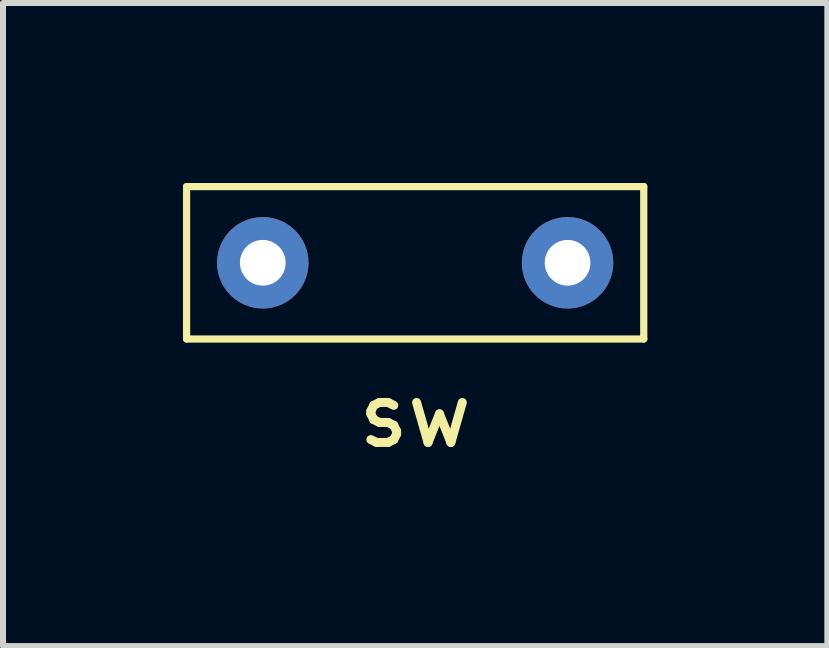
<source format=kicad_pcb>
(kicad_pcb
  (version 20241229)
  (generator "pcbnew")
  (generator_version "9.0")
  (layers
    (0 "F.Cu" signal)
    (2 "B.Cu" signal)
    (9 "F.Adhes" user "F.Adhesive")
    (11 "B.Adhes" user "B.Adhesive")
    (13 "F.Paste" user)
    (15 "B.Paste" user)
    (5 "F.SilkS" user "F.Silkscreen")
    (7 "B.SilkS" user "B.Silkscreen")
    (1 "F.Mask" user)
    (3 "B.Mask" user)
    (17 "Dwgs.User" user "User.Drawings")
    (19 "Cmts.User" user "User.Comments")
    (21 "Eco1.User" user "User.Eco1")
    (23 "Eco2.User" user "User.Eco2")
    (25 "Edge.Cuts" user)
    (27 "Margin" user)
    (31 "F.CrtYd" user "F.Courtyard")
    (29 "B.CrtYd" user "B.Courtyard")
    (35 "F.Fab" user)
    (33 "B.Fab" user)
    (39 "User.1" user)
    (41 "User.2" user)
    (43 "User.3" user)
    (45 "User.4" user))
  (footprint "sw"
    (layer "F.Cu")
    (at 3.87 1.33)
    (property "Reference" "sw" (at 0 2.54 0) (layer "F.SilkS") (effects (font (size 1 1) (thickness 0.15))))
    (attr through_hole)
    (fp_line (start -3.81 -1.27) (end -3.81 1.27) (stroke (width 0.12) (type solid)) (layer "F.SilkS"))
    (fp_line (start -3.81 -1.27) (end 3.81 -1.27) (stroke (width 0.12) (type solid)) (layer "F.SilkS"))
    (fp_line (start -3.81 1.27) (end 3.81 1.27) (stroke (width 0.12) (type solid)) (layer "F.SilkS"))
    (fp_line (start 3.81 1.27) (end 3.81 -1.27) (stroke (width 0.12) (type solid)) (layer "F.SilkS"))
    (pad "1" thru_hole circle (at -2.54 0) (size 1.524 1.524) (drill 0.762) (layers "*.Cu" "*.Mask"))
    (pad "2" thru_hole circle (at 2.54 0) (size 1.524 1.524) (drill 0.762) (layers "*.Cu" "*.Mask")))
  (gr_rect
    (start -3 -3)
    (end 10.74 7.718)
    (stroke (width 0.1) (type default))
    (fill no)
    (layer "Edge.Cuts")))
</source>
